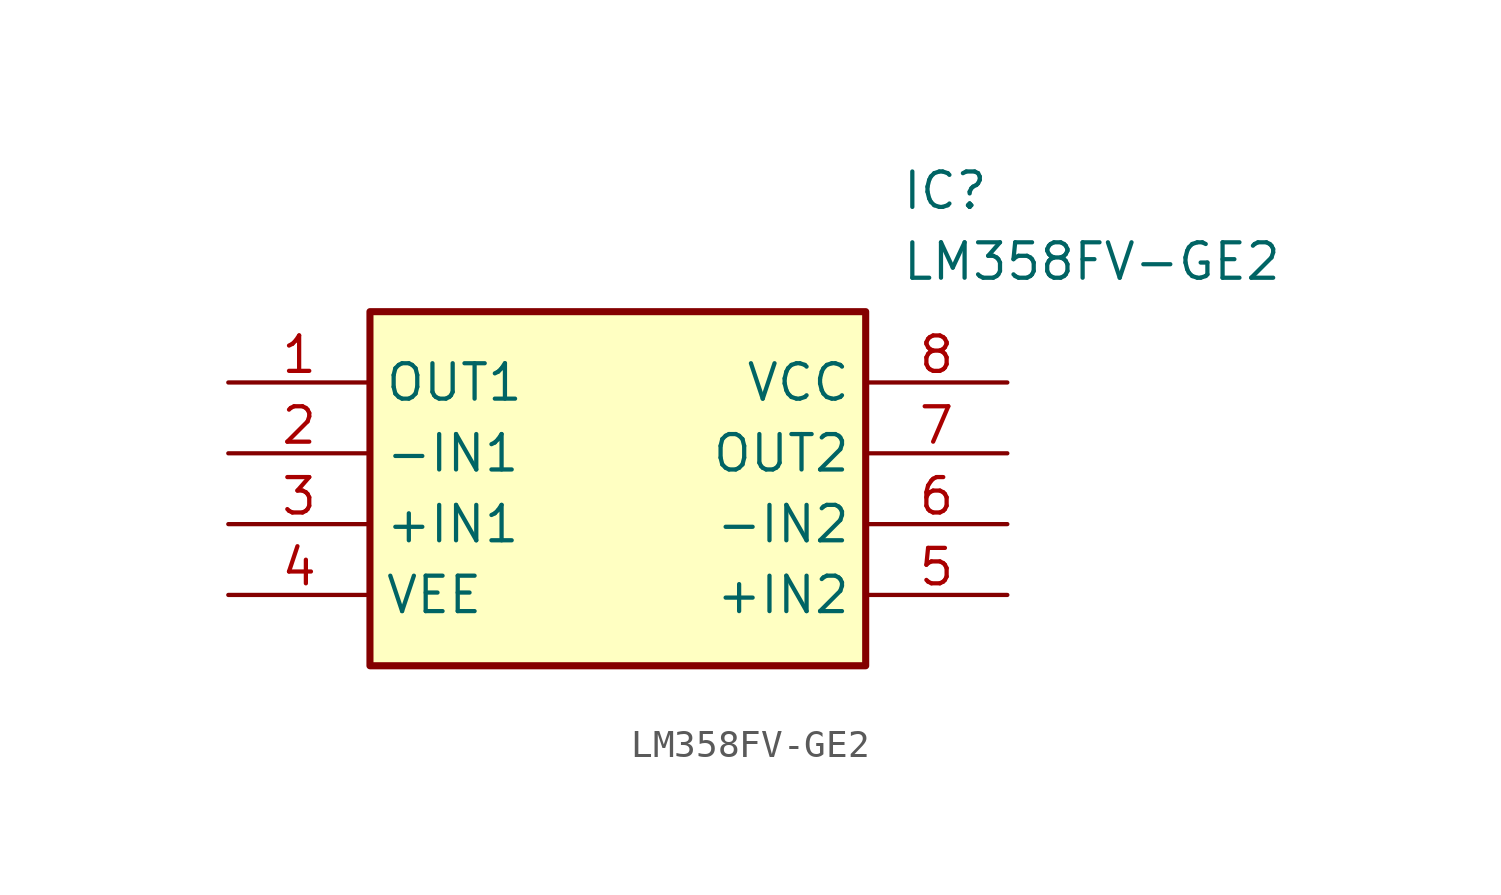
<source format=kicad_sym>
(kicad_symbol_lib
  (version 20211014)
  (generator SamacSys_ECAD_Model)
  (symbol "LM358FV-GE2"
    (property "Reference" "IC"
      (at 24.13 7.62 0)
      (effects (font (size 1.27 1.27)) (justify left top)))
    (property "Value" "LM358FV-GE2"
      (at 24.13 5.08 0)
      (effects (font (size 1.27 1.27)) (justify left top)))
    (rectangle
      (start 5.08 2.54)
      (end 22.86 -10.16)
      (stroke (width 0.254) (type default))
      (fill (type background)))
    (pin passive line
      (at 0 0 0)
      (length 5.08)
      (name "OUT1" (effects (font (size 1.27 1.27))))
      (number "1" (effects (font (size 1.27 1.27)))))
    (pin passive line
      (at 0 -2.54 0)
      (length 5.08)
      (name "-IN1" (effects (font (size 1.27 1.27))))
      (number "2" (effects (font (size 1.27 1.27)))))
    (pin passive line
      (at 0 -5.08 0)
      (length 5.08)
      (name "+IN1" (effects (font (size 1.27 1.27))))
      (number "3" (effects (font (size 1.27 1.27)))))
    (pin passive line
      (at 0 -7.62 0)
      (length 5.08)
      (name "VEE" (effects (font (size 1.27 1.27))))
      (number "4" (effects (font (size 1.27 1.27)))))
    (pin passive line
      (at 27.94 0 180)
      (length 5.08)
      (name "VCC" (effects (font (size 1.27 1.27))))
      (number "8" (effects (font (size 1.27 1.27)))))
    (pin passive line
      (at 27.94 -2.54 180)
      (length 5.08)
      (name "OUT2" (effects (font (size 1.27 1.27))))
      (number "7" (effects (font (size 1.27 1.27)))))
    (pin passive line
      (at 27.94 -5.08 180)
      (length 5.08)
      (name "-IN2" (effects (font (size 1.27 1.27))))
      (number "6" (effects (font (size 1.27 1.27)))))
    (pin passive line
      (at 27.94 -7.62 180)
      (length 5.08)
      (name "+IN2" (effects (font (size 1.27 1.27))))
      (number "5" (effects (font (size 1.27 1.27)))))))
</source>
